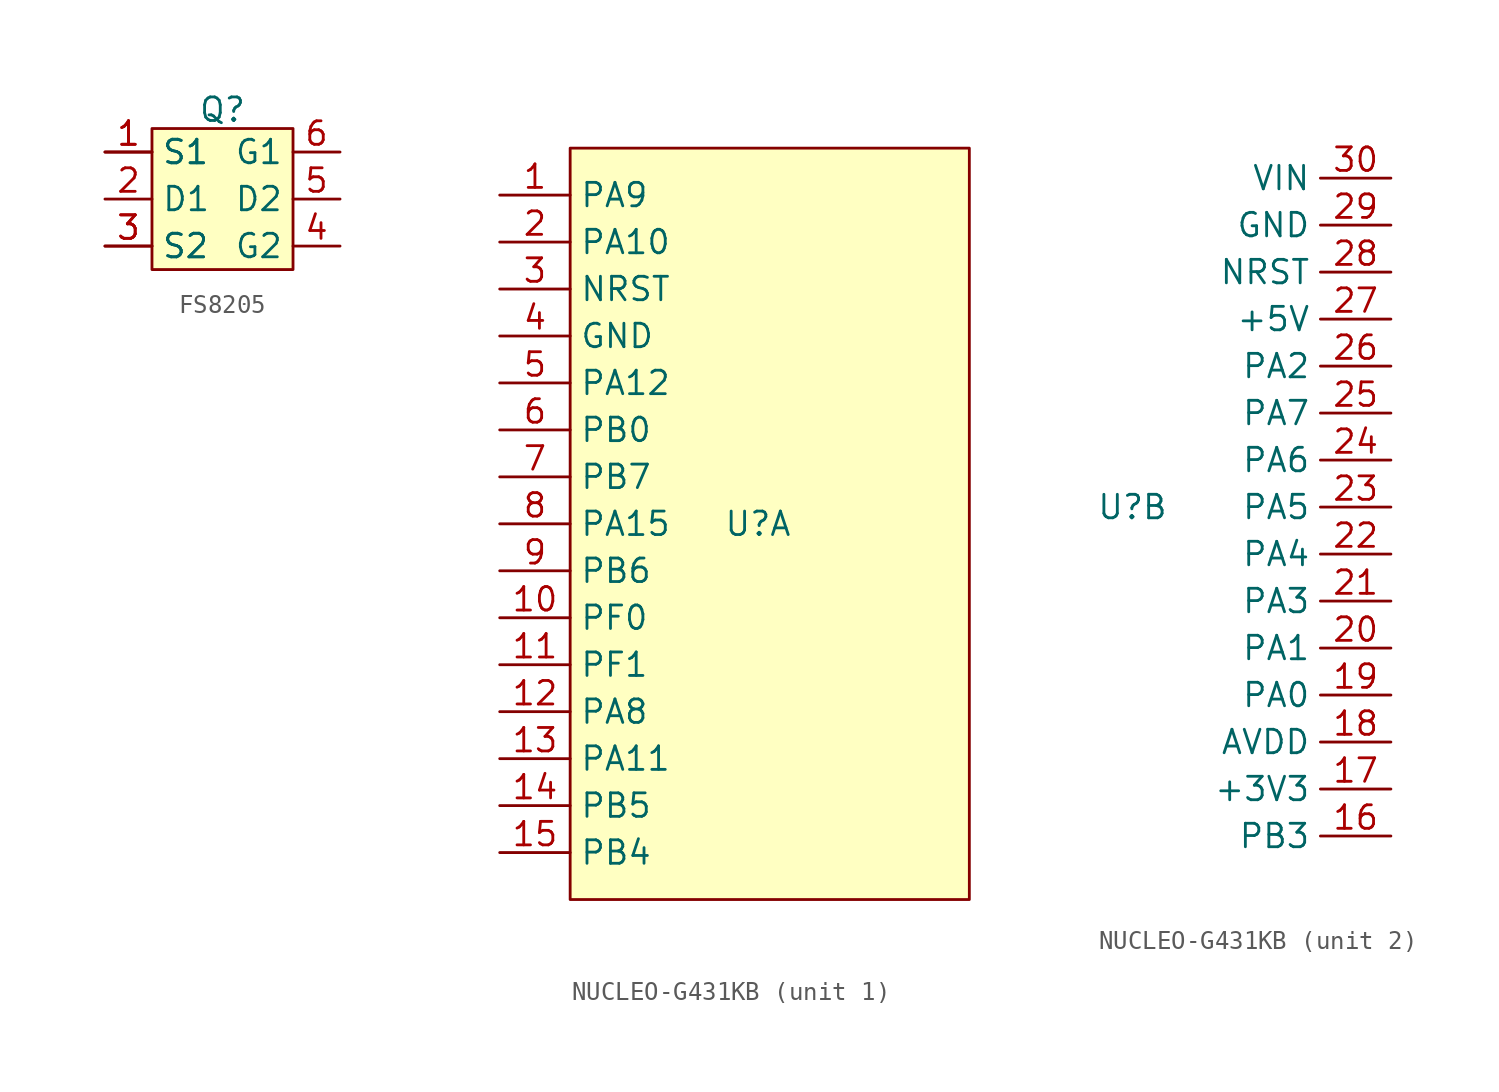
<source format=kicad_sym>
(kicad_symbol_lib
  (version 20241209)
  (generator "kicad_symbol_editor")
  (generator_version "9.0")
  (symbol "FS8205"
    (property "Reference" "Q"
      (at 0 4.826 0)
      (effects (font (size 1.27 1.27))))
    (property "Value" ""
      (at 0 0 0)
      (effects (font (size 1.27 1.27))))
    (symbol "FS8205_1_1"
      (rectangle (start -3.81 3.81) (end 3.81 -3.81) (stroke (width 0) (type solid)) (fill (type color) (color 255 255 194 1)))
      (pin passive line (at -6.35 2.54 0) (length 2.54) (name "S1" (effects (font (size 1.27 1.27)))) (number "1" (effects (font (size 1.27 1.27)))))
      (pin passive line (at -6.35 2.54 0) (length 2.54) (name "S1" (effects (font (size 1.27 1.27)))) (number "1" (effects (font (size 1.27 1.27)))))
      (pin passive line (at -6.35 0 0) (length 2.54) (name "D1" (effects (font (size 1.27 1.27)))) (number "2" (effects (font (size 1.27 1.27)))))
      (pin passive line (at -6.35 -2.54 0) (length 2.54) (name "S2" (effects (font (size 1.27 1.27)))) (number "3" (effects (font (size 1.27 1.27)))))
      (pin passive line (at -6.35 -2.54 0) (length 2.54) (name "S2" (effects (font (size 1.27 1.27)))) (number "3" (effects (font (size 1.27 1.27)))))
      (pin input line (at 6.35 2.54 180) (length 2.54) (name "G1" (effects (font (size 1.27 1.27)))) (number "6" (effects (font (size 1.27 1.27)))))
      (pin passive line (at 6.35 0 180) (length 2.54) (name "D2" (effects (font (size 1.27 1.27)))) (number "5" (effects (font (size 1.27 1.27)))))
      (pin input line (at 6.35 -2.54 180) (length 2.54) (name "G2" (effects (font (size 1.27 1.27)))) (number "4" (effects (font (size 1.27 1.27)))))))
  (symbol "NUCLEO-G431KB"
    (property "Reference" "U"
      (at 0 0 0)
      (effects (font (size 1.27 1.27))))
    (property "Value" ""
      (at 0 0 0)
      (effects (font (size 1.27 1.27))))
    (property "ki_locked" ""
      (at 0 0 0)
      (effects (font (size 1.27 1.27))))
    (symbol "NUCLEO-G431KB_1_1"
      (rectangle (start -10.16 20.32) (end 11.43 -20.32) (stroke (width 0) (type solid)) (fill (type color) (color 255 255 194 1)))
      (pin passive line (at -13.97 17.78 0) (length 3.81) (name "PA9" (effects (font (size 1.27 1.27)))) (number "1" (effects (font (size 1.27 1.27)))))
      (pin passive line (at -13.97 15.24 0) (length 3.81) (name "PA10" (effects (font (size 1.27 1.27)))) (number "2" (effects (font (size 1.27 1.27)))))
      (pin passive line (at -13.97 12.7 0) (length 3.81) (name "NRST" (effects (font (size 1.27 1.27)))) (number "3" (effects (font (size 1.27 1.27)))))
      (pin passive line (at -13.97 10.16 0) (length 3.81) (name "GND" (effects (font (size 1.27 1.27)))) (number "4" (effects (font (size 1.27 1.27)))))
      (pin passive line (at -13.97 7.62 0) (length 3.81) (name "PA12" (effects (font (size 1.27 1.27)))) (number "5" (effects (font (size 1.27 1.27)))))
      (pin passive line (at -13.97 5.08 0) (length 3.81) (name "PB0" (effects (font (size 1.27 1.27)))) (number "6" (effects (font (size 1.27 1.27)))))
      (pin passive line (at -13.97 2.54 0) (length 3.81) (name "PB7" (effects (font (size 1.27 1.27)))) (number "7" (effects (font (size 1.27 1.27)))))
      (pin passive line (at -13.97 0 0) (length 3.81) (name "PA15" (effects (font (size 1.27 1.27)))) (number "8" (effects (font (size 1.27 1.27)))))
      (pin passive line (at -13.97 -2.54 0) (length 3.81) (name "PB6" (effects (font (size 1.27 1.27)))) (number "9" (effects (font (size 1.27 1.27)))))
      (pin passive line (at -13.97 -5.08 0) (length 3.81) (name "PF0" (effects (font (size 1.27 1.27)))) (number "10" (effects (font (size 1.27 1.27)))))
      (pin passive line (at -13.97 -7.62 0) (length 3.81) (name "PF1" (effects (font (size 1.27 1.27)))) (number "11" (effects (font (size 1.27 1.27)))))
      (pin passive line (at -13.97 -10.16 0) (length 3.81) (name "PA8" (effects (font (size 1.27 1.27)))) (number "12" (effects (font (size 1.27 1.27)))))
      (pin passive line (at -13.97 -12.7 0) (length 3.81) (name "PA11" (effects (font (size 1.27 1.27)))) (number "13" (effects (font (size 1.27 1.27)))))
      (pin passive line (at -13.97 -15.24 0) (length 3.81) (name "PB5" (effects (font (size 1.27 1.27)))) (number "14" (effects (font (size 1.27 1.27)))))
      (pin passive line (at -13.97 -17.78 0) (length 3.81) (name "PB4" (effects (font (size 1.27 1.27)))) (number "15" (effects (font (size 1.27 1.27))))))
    (symbol "NUCLEO-G431KB_2_1"
      (pin passive line (at 13.97 17.78 180) (length 3.81) (name "VIN" (effects (font (size 1.27 1.27)))) (number "30" (effects (font (size 1.27 1.27)))))
      (pin passive line (at 13.97 15.24 180) (length 3.81) (name "GND" (effects (font (size 1.27 1.27)))) (number "29" (effects (font (size 1.27 1.27)))))
      (pin passive line (at 13.97 12.7 180) (length 3.81) (name "NRST" (effects (font (size 1.27 1.27)))) (number "28" (effects (font (size 1.27 1.27)))))
      (pin passive line (at 13.97 10.16 180) (length 3.81) (name "+5V" (effects (font (size 1.27 1.27)))) (number "27" (effects (font (size 1.27 1.27)))))
      (pin passive line (at 13.97 7.62 180) (length 3.81) (name "PA2" (effects (font (size 1.27 1.27)))) (number "26" (effects (font (size 1.27 1.27)))))
      (pin passive line (at 13.97 5.08 180) (length 3.81) (name "PA7" (effects (font (size 1.27 1.27)))) (number "25" (effects (font (size 1.27 1.27)))))
      (pin passive line (at 13.97 2.54 180) (length 3.81) (name "PA6" (effects (font (size 1.27 1.27)))) (number "24" (effects (font (size 1.27 1.27)))))
      (pin passive line (at 13.97 0 180) (length 3.81) (name "PA5" (effects (font (size 1.27 1.27)))) (number "23" (effects (font (size 1.27 1.27)))))
      (pin passive line (at 13.97 -2.54 180) (length 3.81) (name "PA4" (effects (font (size 1.27 1.27)))) (number "22" (effects (font (size 1.27 1.27)))))
      (pin passive line (at 13.97 -5.08 180) (length 3.81) (name "PA3" (effects (font (size 1.27 1.27)))) (number "21" (effects (font (size 1.27 1.27)))))
      (pin passive line (at 13.97 -7.62 180) (length 3.81) (name "PA1" (effects (font (size 1.27 1.27)))) (number "20" (effects (font (size 1.27 1.27)))))
      (pin passive line (at 13.97 -10.16 180) (length 3.81) (name "PA0" (effects (font (size 1.27 1.27)))) (number "19" (effects (font (size 1.27 1.27)))))
      (pin passive line (at 13.97 -12.7 180) (length 3.81) (name "AVDD" (effects (font (size 1.27 1.27)))) (number "18" (effects (font (size 1.27 1.27)))))
      (pin passive line (at 13.97 -15.24 180) (length 3.81) (name "+3V3" (effects (font (size 1.27 1.27)))) (number "17" (effects (font (size 1.27 1.27)))))
      (pin passive line (at 13.97 -17.78 180) (length 3.81) (name "PB3" (effects (font (size 1.27 1.27)))) (number "16" (effects (font (size 1.27 1.27))))))))
</source>
